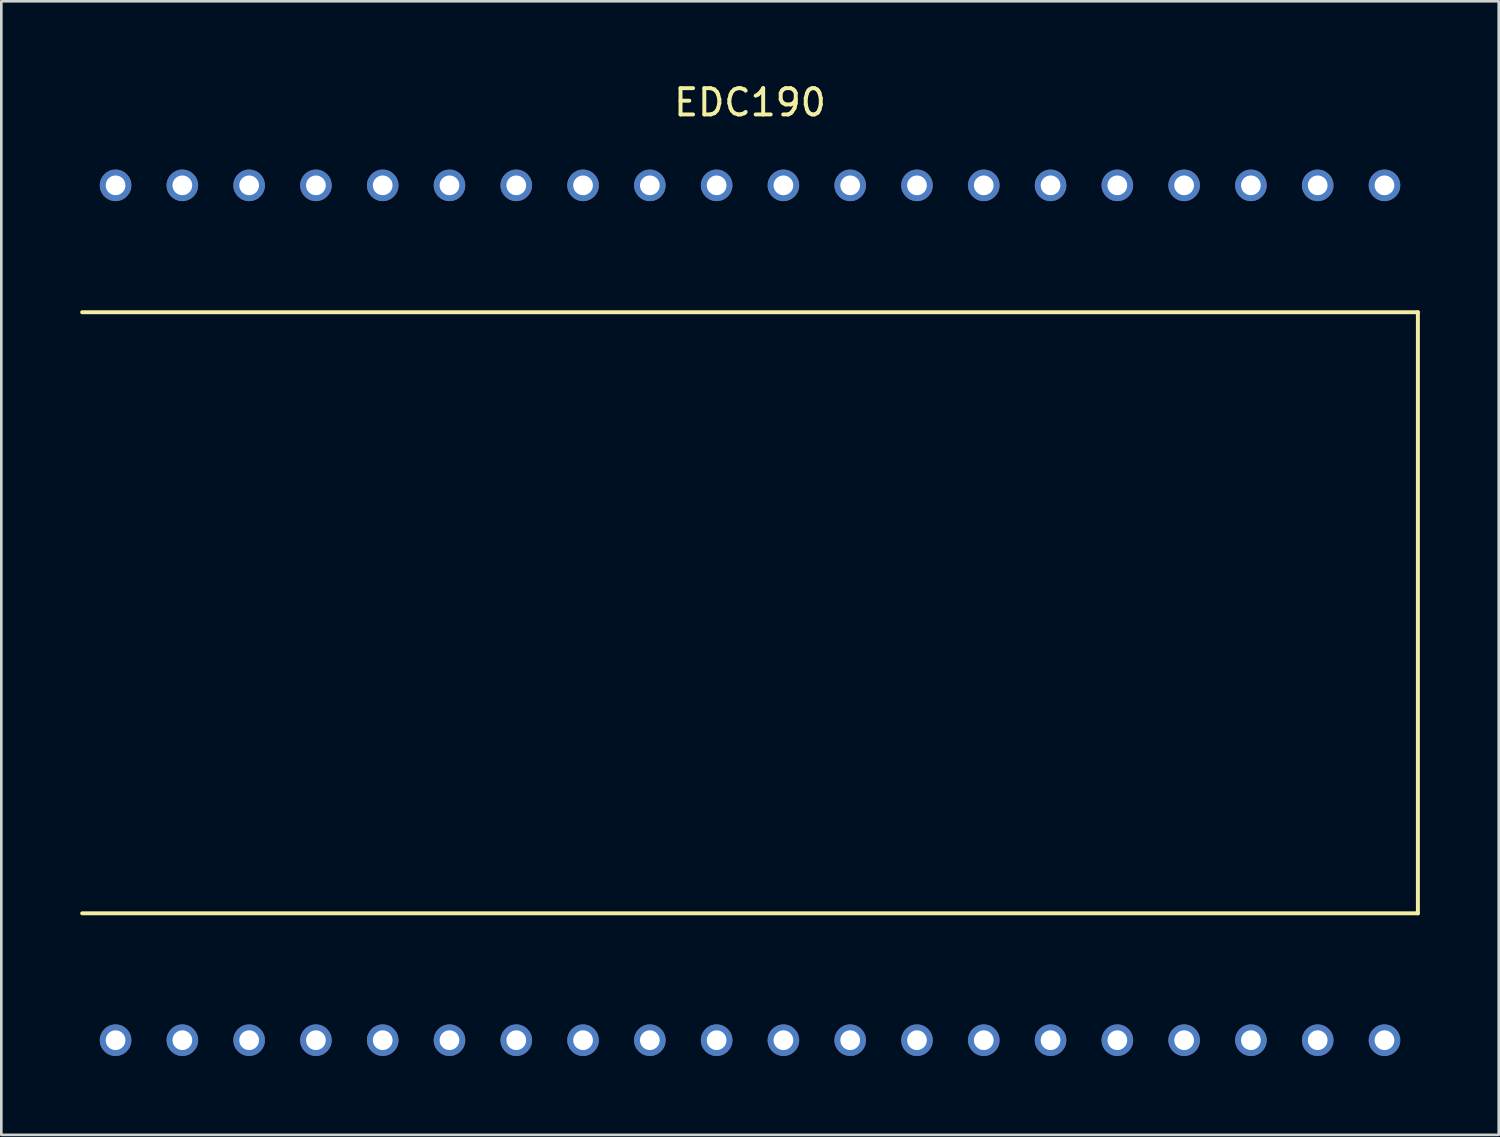
<source format=kicad_pcb>
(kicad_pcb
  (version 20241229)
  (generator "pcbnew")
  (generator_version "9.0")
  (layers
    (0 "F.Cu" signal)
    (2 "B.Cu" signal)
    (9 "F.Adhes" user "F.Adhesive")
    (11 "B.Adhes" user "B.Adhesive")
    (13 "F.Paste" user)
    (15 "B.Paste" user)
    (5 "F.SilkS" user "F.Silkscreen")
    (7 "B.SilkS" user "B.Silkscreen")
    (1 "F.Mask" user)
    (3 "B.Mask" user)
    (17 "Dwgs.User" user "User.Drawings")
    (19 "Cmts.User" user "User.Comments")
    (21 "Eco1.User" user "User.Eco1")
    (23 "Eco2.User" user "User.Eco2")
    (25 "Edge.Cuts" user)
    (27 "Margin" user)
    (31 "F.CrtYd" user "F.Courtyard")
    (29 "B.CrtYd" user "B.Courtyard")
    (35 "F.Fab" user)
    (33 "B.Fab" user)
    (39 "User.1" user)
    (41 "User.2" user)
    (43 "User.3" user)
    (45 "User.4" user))
  (footprint "EDC190"
    (layer "F.Cu")
    (at 25.475 20.255)
    (property "Reference" "EDC190" (at 0 -19.407 0) (unlocked yes) (layer "F.SilkS") (effects (font (size 1 1) (thickness 0.15))))
    (attr through_hole)
    (fp_line (start -25.4 11.43) (end 25.4 11.43) (stroke (width 0.15) (type solid)) (layer "F.SilkS"))
    (fp_line (start 25.4 -11.43) (end -25.4 -11.43) (stroke (width 0.15) (type solid)) (layer "F.SilkS"))
    (fp_line (start 25.4 11.43) (end 25.4 -11.43) (stroke (width 0.15) (type solid)) (layer "F.SilkS"))
    (pad "1" thru_hole circle (at -24.13 16.256 180) (size 1.2 1.2) (drill 0.75) (layers "*.Cu" "*.Mask"))
    (pad "2" thru_hole circle (at -21.59 16.256 180) (size 1.2 1.2) (drill 0.75) (layers "*.Cu" "*.Mask"))
    (pad "3" thru_hole circle (at -19.05 16.256 180) (size 1.2 1.2) (drill 0.75) (layers "*.Cu" "*.Mask"))
    (pad "4" thru_hole circle (at -16.51 16.256 180) (size 1.2 1.2) (drill 0.75) (layers "*.Cu" "*.Mask"))
    (pad "5" thru_hole circle (at -13.97 16.256 180) (size 1.2 1.2) (drill 0.75) (layers "*.Cu" "*.Mask"))
    (pad "6" thru_hole circle (at -11.43 16.256 180) (size 1.2 1.2) (drill 0.75) (layers "*.Cu" "*.Mask"))
    (pad "7" thru_hole circle (at -8.89 16.256 180) (size 1.2 1.2) (drill 0.75) (layers "*.Cu" "*.Mask"))
    (pad "8" thru_hole circle (at -6.35 16.256 180) (size 1.2 1.2) (drill 0.75) (layers "*.Cu" "*.Mask"))
    (pad "9" thru_hole circle (at -3.81 16.256 180) (size 1.2 1.2) (drill 0.75) (layers "*.Cu" "*.Mask"))
    (pad "10" thru_hole circle (at -1.27 16.256 180) (size 1.2 1.2) (drill 0.75) (layers "*.Cu" "*.Mask"))
    (pad "11" thru_hole circle (at 1.27 16.256 180) (size 1.2 1.2) (drill 0.75) (layers "*.Cu" "*.Mask"))
    (pad "12" thru_hole circle (at 3.81 16.256 180) (size 1.2 1.2) (drill 0.75) (layers "*.Cu" "*.Mask"))
    (pad "13" thru_hole circle (at 6.35 16.256 180) (size 1.2 1.2) (drill 0.75) (layers "*.Cu" "*.Mask"))
    (pad "14" thru_hole circle (at 8.89 16.256 180) (size 1.2 1.2) (drill 0.75) (layers "*.Cu" "*.Mask"))
    (pad "15" thru_hole circle (at 11.43 16.256 180) (size 1.2 1.2) (drill 0.75) (layers "*.Cu" "*.Mask"))
    (pad "16" thru_hole circle (at 13.97 16.256 180) (size 1.2 1.2) (drill 0.75) (layers "*.Cu" "*.Mask"))
    (pad "17" thru_hole circle (at 16.51 16.256 180) (size 1.2 1.2) (drill 0.75) (layers "*.Cu" "*.Mask"))
    (pad "18" thru_hole circle (at 19.05 16.256 180) (size 1.2 1.2) (drill 0.75) (layers "*.Cu" "*.Mask"))
    (pad "19" thru_hole circle (at 21.59 16.256 180) (size 1.2 1.2) (drill 0.75) (layers "*.Cu" "*.Mask"))
    (pad "20" thru_hole circle (at 24.13 16.256 180) (size 1.2 1.2) (drill 0.75) (layers "*.Cu" "*.Mask"))
    (pad "21" thru_hole circle (at 24.13 -16.256) (size 1.2 1.2) (drill 0.75) (layers "*.Cu" "*.Mask"))
    (pad "22" thru_hole circle (at 21.59 -16.256) (size 1.2 1.2) (drill 0.75) (layers "*.Cu" "*.Mask"))
    (pad "23" thru_hole circle (at 19.05 -16.256) (size 1.2 1.2) (drill 0.75) (layers "*.Cu" "*.Mask"))
    (pad "24" thru_hole circle (at 16.51 -16.256) (size 1.2 1.2) (drill 0.75) (layers "*.Cu" "*.Mask"))
    (pad "25" thru_hole circle (at 13.97 -16.256) (size 1.2 1.2) (drill 0.75) (layers "*.Cu" "*.Mask"))
    (pad "26" thru_hole circle (at 11.43 -16.256) (size 1.2 1.2) (drill 0.75) (layers "*.Cu" "*.Mask"))
    (pad "27" thru_hole circle (at 8.89 -16.256) (size 1.2 1.2) (drill 0.75) (layers "*.Cu" "*.Mask"))
    (pad "28" thru_hole circle (at 6.35 -16.256) (size 1.2 1.2) (drill 0.75) (layers "*.Cu" "*.Mask"))
    (pad "29" thru_hole circle (at 3.81 -16.256) (size 1.2 1.2) (drill 0.75) (layers "*.Cu" "*.Mask"))
    (pad "30" thru_hole circle (at 1.27 -16.256) (size 1.2 1.2) (drill 0.75) (layers "*.Cu" "*.Mask"))
    (pad "31" thru_hole circle (at -1.27 -16.256) (size 1.2 1.2) (drill 0.75) (layers "*.Cu" "*.Mask"))
    (pad "32" thru_hole circle (at -3.81 -16.256) (size 1.2 1.2) (drill 0.75) (layers "*.Cu" "*.Mask"))
    (pad "33" thru_hole circle (at -6.35 -16.256) (size 1.2 1.2) (drill 0.75) (layers "*.Cu" "*.Mask"))
    (pad "34" thru_hole circle (at -8.89 -16.256) (size 1.2 1.2) (drill 0.75) (layers "*.Cu" "*.Mask"))
    (pad "35" thru_hole circle (at -11.43 -16.256) (size 1.2 1.2) (drill 0.75) (layers "*.Cu" "*.Mask"))
    (pad "36" thru_hole circle (at -13.97 -16.256) (size 1.2 1.2) (drill 0.75) (layers "*.Cu" "*.Mask"))
    (pad "37" thru_hole circle (at -16.51 -16.256) (size 1.2 1.2) (drill 0.75) (layers "*.Cu" "*.Mask"))
    (pad "38" thru_hole circle (at -19.05 -16.256) (size 1.2 1.2) (drill 0.75) (layers "*.Cu" "*.Mask"))
    (pad "39" thru_hole circle (at -21.59 -16.256) (size 1.2 1.2) (drill 0.75) (layers "*.Cu" "*.Mask"))
    (pad "40" thru_hole circle (at -24.13 -16.256) (size 1.2 1.2) (drill 0.75) (layers "*.Cu" "*.Mask")))
  (gr_rect
    (start -3 -3)
    (end 53.95 40.111)
    (stroke (width 0.1) (type default))
    (fill no)
    (layer "Edge.Cuts")))
</source>
